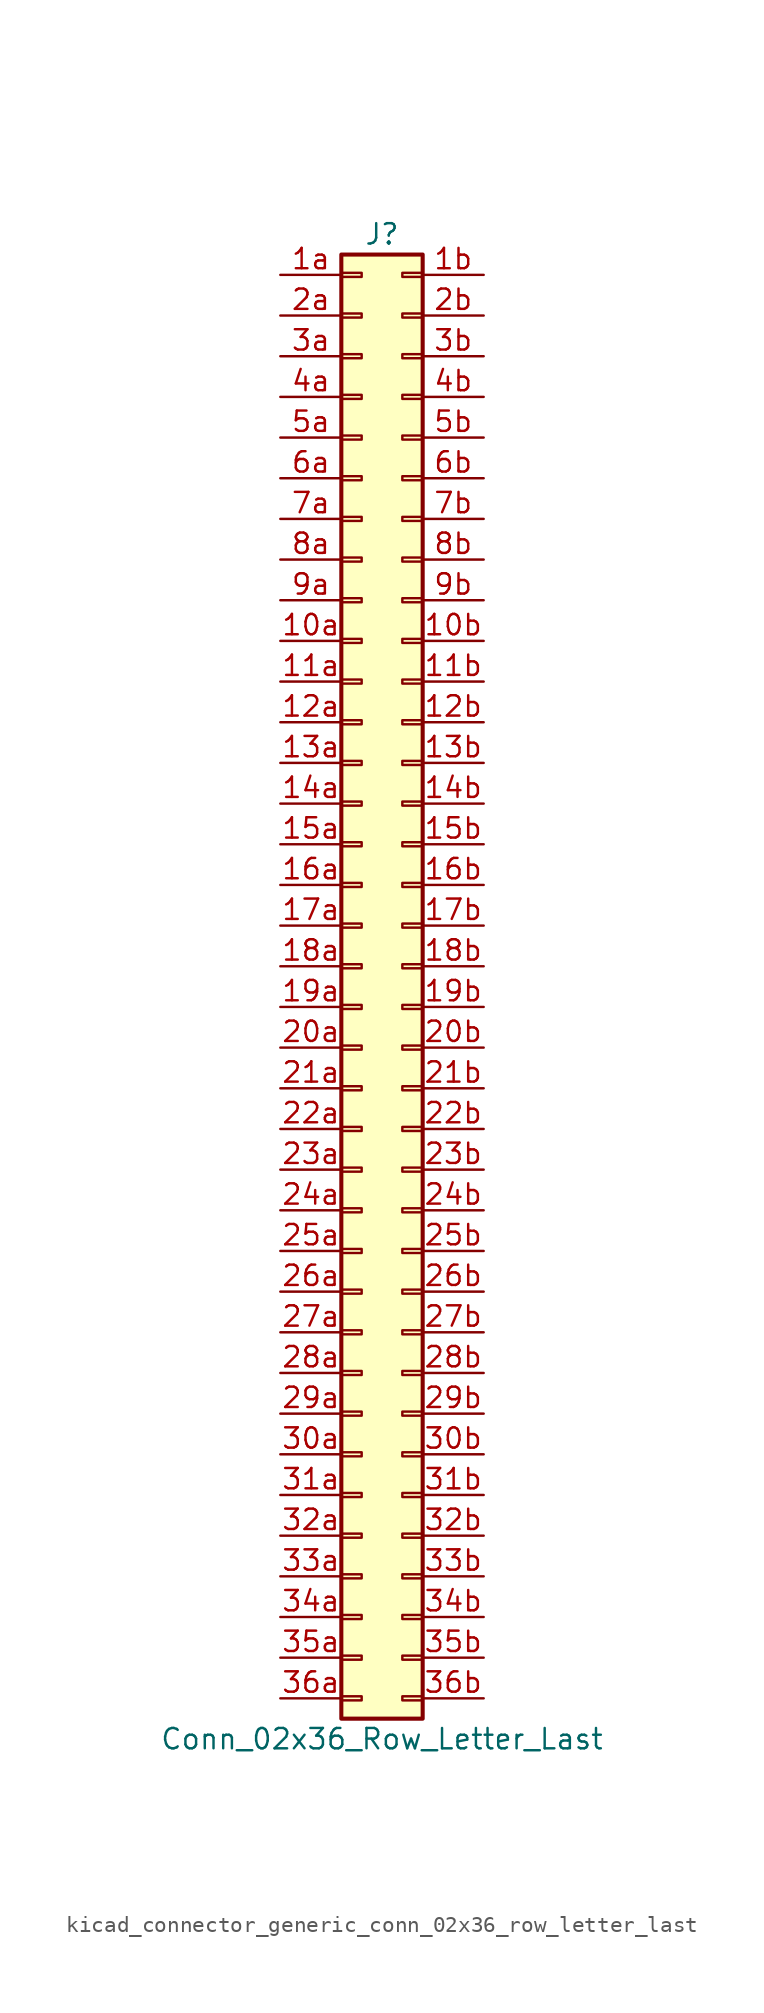
<source format=kicad_sym>
(kicad_symbol_lib
  (version 20220914)
  (generator kicad_symbol_editor)
  (symbol "kicad_connector_generic_conn_02x36_row_letter_last"
    (pin_names
      (offset 1.016) hide)
    (property "Reference" "J"
      (at 1.27 45.72 0)
      (effects (font (size 1.27 1.27))))
    (property "Value" "Conn_02x36_Row_Letter_Last"
      (at 1.27 -48.26 0)
      (effects (font (size 1.27 1.27))))
    (symbol "kicad_connector_generic_conn_02x36_row_letter_last_1_1"
      (rectangle (start -1.27 -45.593) (end 0 -45.847) (stroke (width 0.152) (type default)) (fill (type none)))
      (rectangle (start -1.27 -43.053) (end 0 -43.307) (stroke (width 0.152) (type default)) (fill (type none)))
      (rectangle (start -1.27 -40.513) (end 0 -40.767) (stroke (width 0.152) (type default)) (fill (type none)))
      (rectangle (start -1.27 -37.973) (end 0 -38.227) (stroke (width 0.152) (type default)) (fill (type none)))
      (rectangle (start -1.27 -35.433) (end 0 -35.687) (stroke (width 0.152) (type default)) (fill (type none)))
      (rectangle (start -1.27 -32.893) (end 0 -33.147) (stroke (width 0.152) (type default)) (fill (type none)))
      (rectangle (start -1.27 -30.353) (end 0 -30.607) (stroke (width 0.152) (type default)) (fill (type none)))
      (rectangle (start -1.27 -27.813) (end 0 -28.067) (stroke (width 0.152) (type default)) (fill (type none)))
      (rectangle (start -1.27 -25.273) (end 0 -25.527) (stroke (width 0.152) (type default)) (fill (type none)))
      (rectangle (start -1.27 -22.733) (end 0 -22.987) (stroke (width 0.152) (type default)) (fill (type none)))
      (rectangle (start -1.27 -20.193) (end 0 -20.447) (stroke (width 0.152) (type default)) (fill (type none)))
      (rectangle (start -1.27 -17.653) (end 0 -17.907) (stroke (width 0.152) (type default)) (fill (type none)))
      (rectangle (start -1.27 -15.113) (end 0 -15.367) (stroke (width 0.152) (type default)) (fill (type none)))
      (rectangle (start -1.27 -12.573) (end 0 -12.827) (stroke (width 0.152) (type default)) (fill (type none)))
      (rectangle (start -1.27 -10.033) (end 0 -10.287) (stroke (width 0.152) (type default)) (fill (type none)))
      (rectangle (start -1.27 -7.493) (end 0 -7.747) (stroke (width 0.152) (type default)) (fill (type none)))
      (rectangle (start -1.27 -4.953) (end 0 -5.207) (stroke (width 0.152) (type default)) (fill (type none)))
      (rectangle (start -1.27 -2.413) (end 0 -2.667) (stroke (width 0.152) (type default)) (fill (type none)))
      (rectangle (start -1.27 0.127) (end 0 -0.127) (stroke (width 0.152) (type default)) (fill (type none)))
      (rectangle (start -1.27 2.667) (end 0 2.413) (stroke (width 0.152) (type default)) (fill (type none)))
      (rectangle (start -1.27 5.207) (end 0 4.953) (stroke (width 0.152) (type default)) (fill (type none)))
      (rectangle (start -1.27 7.747) (end 0 7.493) (stroke (width 0.152) (type default)) (fill (type none)))
      (rectangle (start -1.27 10.287) (end 0 10.033) (stroke (width 0.152) (type default)) (fill (type none)))
      (rectangle (start -1.27 12.827) (end 0 12.573) (stroke (width 0.152) (type default)) (fill (type none)))
      (rectangle (start -1.27 15.367) (end 0 15.113) (stroke (width 0.152) (type default)) (fill (type none)))
      (rectangle (start -1.27 17.907) (end 0 17.653) (stroke (width 0.152) (type default)) (fill (type none)))
      (rectangle (start -1.27 20.447) (end 0 20.193) (stroke (width 0.152) (type default)) (fill (type none)))
      (rectangle (start -1.27 22.987) (end 0 22.733) (stroke (width 0.152) (type default)) (fill (type none)))
      (rectangle (start -1.27 25.527) (end 0 25.273) (stroke (width 0.152) (type default)) (fill (type none)))
      (rectangle (start -1.27 28.067) (end 0 27.813) (stroke (width 0.152) (type default)) (fill (type none)))
      (rectangle (start -1.27 30.607) (end 0 30.353) (stroke (width 0.152) (type default)) (fill (type none)))
      (rectangle (start -1.27 33.147) (end 0 32.893) (stroke (width 0.152) (type default)) (fill (type none)))
      (rectangle (start -1.27 35.687) (end 0 35.433) (stroke (width 0.152) (type default)) (fill (type none)))
      (rectangle (start -1.27 38.227) (end 0 37.973) (stroke (width 0.152) (type default)) (fill (type none)))
      (rectangle (start -1.27 40.767) (end 0 40.513) (stroke (width 0.152) (type default)) (fill (type none)))
      (rectangle (start -1.27 43.307) (end 0 43.053) (stroke (width 0.152) (type default)) (fill (type none)))
      (rectangle (start -1.27 44.45) (end 3.81 -46.99) (stroke (width 0.254) (type default)) (fill (type background)))
      (rectangle (start 3.81 -45.593) (end 2.54 -45.847) (stroke (width 0.152) (type default)) (fill (type none)))
      (rectangle (start 3.81 -43.053) (end 2.54 -43.307) (stroke (width 0.152) (type default)) (fill (type none)))
      (rectangle (start 3.81 -40.513) (end 2.54 -40.767) (stroke (width 0.152) (type default)) (fill (type none)))
      (rectangle (start 3.81 -37.973) (end 2.54 -38.227) (stroke (width 0.152) (type default)) (fill (type none)))
      (rectangle (start 3.81 -35.433) (end 2.54 -35.687) (stroke (width 0.152) (type default)) (fill (type none)))
      (rectangle (start 3.81 -32.893) (end 2.54 -33.147) (stroke (width 0.152) (type default)) (fill (type none)))
      (rectangle (start 3.81 -30.353) (end 2.54 -30.607) (stroke (width 0.152) (type default)) (fill (type none)))
      (rectangle (start 3.81 -27.813) (end 2.54 -28.067) (stroke (width 0.152) (type default)) (fill (type none)))
      (rectangle (start 3.81 -25.273) (end 2.54 -25.527) (stroke (width 0.152) (type default)) (fill (type none)))
      (rectangle (start 3.81 -22.733) (end 2.54 -22.987) (stroke (width 0.152) (type default)) (fill (type none)))
      (rectangle (start 3.81 -20.193) (end 2.54 -20.447) (stroke (width 0.152) (type default)) (fill (type none)))
      (rectangle (start 3.81 -17.653) (end 2.54 -17.907) (stroke (width 0.152) (type default)) (fill (type none)))
      (rectangle (start 3.81 -15.113) (end 2.54 -15.367) (stroke (width 0.152) (type default)) (fill (type none)))
      (rectangle (start 3.81 -12.573) (end 2.54 -12.827) (stroke (width 0.152) (type default)) (fill (type none)))
      (rectangle (start 3.81 -10.033) (end 2.54 -10.287) (stroke (width 0.152) (type default)) (fill (type none)))
      (rectangle (start 3.81 -7.493) (end 2.54 -7.747) (stroke (width 0.152) (type default)) (fill (type none)))
      (rectangle (start 3.81 -4.953) (end 2.54 -5.207) (stroke (width 0.152) (type default)) (fill (type none)))
      (rectangle (start 3.81 -2.413) (end 2.54 -2.667) (stroke (width 0.152) (type default)) (fill (type none)))
      (rectangle (start 3.81 0.127) (end 2.54 -0.127) (stroke (width 0.152) (type default)) (fill (type none)))
      (rectangle (start 3.81 2.667) (end 2.54 2.413) (stroke (width 0.152) (type default)) (fill (type none)))
      (rectangle (start 3.81 5.207) (end 2.54 4.953) (stroke (width 0.152) (type default)) (fill (type none)))
      (rectangle (start 3.81 7.747) (end 2.54 7.493) (stroke (width 0.152) (type default)) (fill (type none)))
      (rectangle (start 3.81 10.287) (end 2.54 10.033) (stroke (width 0.152) (type default)) (fill (type none)))
      (rectangle (start 3.81 12.827) (end 2.54 12.573) (stroke (width 0.152) (type default)) (fill (type none)))
      (rectangle (start 3.81 15.367) (end 2.54 15.113) (stroke (width 0.152) (type default)) (fill (type none)))
      (rectangle (start 3.81 17.907) (end 2.54 17.653) (stroke (width 0.152) (type default)) (fill (type none)))
      (rectangle (start 3.81 20.447) (end 2.54 20.193) (stroke (width 0.152) (type default)) (fill (type none)))
      (rectangle (start 3.81 22.987) (end 2.54 22.733) (stroke (width 0.152) (type default)) (fill (type none)))
      (rectangle (start 3.81 25.527) (end 2.54 25.273) (stroke (width 0.152) (type default)) (fill (type none)))
      (rectangle (start 3.81 28.067) (end 2.54 27.813) (stroke (width 0.152) (type default)) (fill (type none)))
      (rectangle (start 3.81 30.607) (end 2.54 30.353) (stroke (width 0.152) (type default)) (fill (type none)))
      (rectangle (start 3.81 33.147) (end 2.54 32.893) (stroke (width 0.152) (type default)) (fill (type none)))
      (rectangle (start 3.81 35.687) (end 2.54 35.433) (stroke (width 0.152) (type default)) (fill (type none)))
      (rectangle (start 3.81 38.227) (end 2.54 37.973) (stroke (width 0.152) (type default)) (fill (type none)))
      (rectangle (start 3.81 40.767) (end 2.54 40.513) (stroke (width 0.152) (type default)) (fill (type none)))
      (rectangle (start 3.81 43.307) (end 2.54 43.053) (stroke (width 0.152) (type default)) (fill (type none)))
      (pin passive line (at -5.08 20.32 0) (length 3.81) (name "Pin_10a" (effects (font (size 1.27 1.27)))) (number "10a" (effects (font (size 1.27 1.27)))))
      (pin passive line (at 7.62 20.32 180) (length 3.81) (name "Pin_10b" (effects (font (size 1.27 1.27)))) (number "10b" (effects (font (size 1.27 1.27)))))
      (pin passive line (at -5.08 17.78 0) (length 3.81) (name "Pin_11a" (effects (font (size 1.27 1.27)))) (number "11a" (effects (font (size 1.27 1.27)))))
      (pin passive line (at 7.62 17.78 180) (length 3.81) (name "Pin_11b" (effects (font (size 1.27 1.27)))) (number "11b" (effects (font (size 1.27 1.27)))))
      (pin passive line (at -5.08 15.24 0) (length 3.81) (name "Pin_12a" (effects (font (size 1.27 1.27)))) (number "12a" (effects (font (size 1.27 1.27)))))
      (pin passive line (at 7.62 15.24 180) (length 3.81) (name "Pin_12b" (effects (font (size 1.27 1.27)))) (number "12b" (effects (font (size 1.27 1.27)))))
      (pin passive line (at -5.08 12.7 0) (length 3.81) (name "Pin_13a" (effects (font (size 1.27 1.27)))) (number "13a" (effects (font (size 1.27 1.27)))))
      (pin passive line (at 7.62 12.7 180) (length 3.81) (name "Pin_13b" (effects (font (size 1.27 1.27)))) (number "13b" (effects (font (size 1.27 1.27)))))
      (pin passive line (at -5.08 10.16 0) (length 3.81) (name "Pin_14a" (effects (font (size 1.27 1.27)))) (number "14a" (effects (font (size 1.27 1.27)))))
      (pin passive line (at 7.62 10.16 180) (length 3.81) (name "Pin_14b" (effects (font (size 1.27 1.27)))) (number "14b" (effects (font (size 1.27 1.27)))))
      (pin passive line (at -5.08 7.62 0) (length 3.81) (name "Pin_15a" (effects (font (size 1.27 1.27)))) (number "15a" (effects (font (size 1.27 1.27)))))
      (pin passive line (at 7.62 7.62 180) (length 3.81) (name "Pin_15b" (effects (font (size 1.27 1.27)))) (number "15b" (effects (font (size 1.27 1.27)))))
      (pin passive line (at -5.08 5.08 0) (length 3.81) (name "Pin_16a" (effects (font (size 1.27 1.27)))) (number "16a" (effects (font (size 1.27 1.27)))))
      (pin passive line (at 7.62 5.08 180) (length 3.81) (name "Pin_16b" (effects (font (size 1.27 1.27)))) (number "16b" (effects (font (size 1.27 1.27)))))
      (pin passive line (at -5.08 2.54 0) (length 3.81) (name "Pin_17a" (effects (font (size 1.27 1.27)))) (number "17a" (effects (font (size 1.27 1.27)))))
      (pin passive line (at 7.62 2.54 180) (length 3.81) (name "Pin_17b" (effects (font (size 1.27 1.27)))) (number "17b" (effects (font (size 1.27 1.27)))))
      (pin passive line (at -5.08 0 0) (length 3.81) (name "Pin_18a" (effects (font (size 1.27 1.27)))) (number "18a" (effects (font (size 1.27 1.27)))))
      (pin passive line (at 7.62 0 180) (length 3.81) (name "Pin_18b" (effects (font (size 1.27 1.27)))) (number "18b" (effects (font (size 1.27 1.27)))))
      (pin passive line (at -5.08 -2.54 0) (length 3.81) (name "Pin_19a" (effects (font (size 1.27 1.27)))) (number "19a" (effects (font (size 1.27 1.27)))))
      (pin passive line (at 7.62 -2.54 180) (length 3.81) (name "Pin_19b" (effects (font (size 1.27 1.27)))) (number "19b" (effects (font (size 1.27 1.27)))))
      (pin passive line (at -5.08 43.18 0) (length 3.81) (name "Pin_1a" (effects (font (size 1.27 1.27)))) (number "1a" (effects (font (size 1.27 1.27)))))
      (pin passive line (at 7.62 43.18 180) (length 3.81) (name "Pin_1b" (effects (font (size 1.27 1.27)))) (number "1b" (effects (font (size 1.27 1.27)))))
      (pin passive line (at -5.08 -5.08 0) (length 3.81) (name "Pin_20a" (effects (font (size 1.27 1.27)))) (number "20a" (effects (font (size 1.27 1.27)))))
      (pin passive line (at 7.62 -5.08 180) (length 3.81) (name "Pin_20b" (effects (font (size 1.27 1.27)))) (number "20b" (effects (font (size 1.27 1.27)))))
      (pin passive line (at -5.08 -7.62 0) (length 3.81) (name "Pin_21a" (effects (font (size 1.27 1.27)))) (number "21a" (effects (font (size 1.27 1.27)))))
      (pin passive line (at 7.62 -7.62 180) (length 3.81) (name "Pin_21b" (effects (font (size 1.27 1.27)))) (number "21b" (effects (font (size 1.27 1.27)))))
      (pin passive line (at -5.08 -10.16 0) (length 3.81) (name "Pin_22a" (effects (font (size 1.27 1.27)))) (number "22a" (effects (font (size 1.27 1.27)))))
      (pin passive line (at 7.62 -10.16 180) (length 3.81) (name "Pin_22b" (effects (font (size 1.27 1.27)))) (number "22b" (effects (font (size 1.27 1.27)))))
      (pin passive line (at -5.08 -12.7 0) (length 3.81) (name "Pin_23a" (effects (font (size 1.27 1.27)))) (number "23a" (effects (font (size 1.27 1.27)))))
      (pin passive line (at 7.62 -12.7 180) (length 3.81) (name "Pin_23b" (effects (font (size 1.27 1.27)))) (number "23b" (effects (font (size 1.27 1.27)))))
      (pin passive line (at -5.08 -15.24 0) (length 3.81) (name "Pin_24a" (effects (font (size 1.27 1.27)))) (number "24a" (effects (font (size 1.27 1.27)))))
      (pin passive line (at 7.62 -15.24 180) (length 3.81) (name "Pin_24b" (effects (font (size 1.27 1.27)))) (number "24b" (effects (font (size 1.27 1.27)))))
      (pin passive line (at -5.08 -17.78 0) (length 3.81) (name "Pin_25a" (effects (font (size 1.27 1.27)))) (number "25a" (effects (font (size 1.27 1.27)))))
      (pin passive line (at 7.62 -17.78 180) (length 3.81) (name "Pin_25b" (effects (font (size 1.27 1.27)))) (number "25b" (effects (font (size 1.27 1.27)))))
      (pin passive line (at -5.08 -20.32 0) (length 3.81) (name "Pin_26a" (effects (font (size 1.27 1.27)))) (number "26a" (effects (font (size 1.27 1.27)))))
      (pin passive line (at 7.62 -20.32 180) (length 3.81) (name "Pin_26b" (effects (font (size 1.27 1.27)))) (number "26b" (effects (font (size 1.27 1.27)))))
      (pin passive line (at -5.08 -22.86 0) (length 3.81) (name "Pin_27a" (effects (font (size 1.27 1.27)))) (number "27a" (effects (font (size 1.27 1.27)))))
      (pin passive line (at 7.62 -22.86 180) (length 3.81) (name "Pin_27b" (effects (font (size 1.27 1.27)))) (number "27b" (effects (font (size 1.27 1.27)))))
      (pin passive line (at -5.08 -25.4 0) (length 3.81) (name "Pin_28a" (effects (font (size 1.27 1.27)))) (number "28a" (effects (font (size 1.27 1.27)))))
      (pin passive line (at 7.62 -25.4 180) (length 3.81) (name "Pin_28b" (effects (font (size 1.27 1.27)))) (number "28b" (effects (font (size 1.27 1.27)))))
      (pin passive line (at -5.08 -27.94 0) (length 3.81) (name "Pin_29a" (effects (font (size 1.27 1.27)))) (number "29a" (effects (font (size 1.27 1.27)))))
      (pin passive line (at 7.62 -27.94 180) (length 3.81) (name "Pin_29b" (effects (font (size 1.27 1.27)))) (number "29b" (effects (font (size 1.27 1.27)))))
      (pin passive line (at -5.08 40.64 0) (length 3.81) (name "Pin_2a" (effects (font (size 1.27 1.27)))) (number "2a" (effects (font (size 1.27 1.27)))))
      (pin passive line (at 7.62 40.64 180) (length 3.81) (name "Pin_2b" (effects (font (size 1.27 1.27)))) (number "2b" (effects (font (size 1.27 1.27)))))
      (pin passive line (at -5.08 -30.48 0) (length 3.81) (name "Pin_30a" (effects (font (size 1.27 1.27)))) (number "30a" (effects (font (size 1.27 1.27)))))
      (pin passive line (at 7.62 -30.48 180) (length 3.81) (name "Pin_30b" (effects (font (size 1.27 1.27)))) (number "30b" (effects (font (size 1.27 1.27)))))
      (pin passive line (at -5.08 -33.02 0) (length 3.81) (name "Pin_31a" (effects (font (size 1.27 1.27)))) (number "31a" (effects (font (size 1.27 1.27)))))
      (pin passive line (at 7.62 -33.02 180) (length 3.81) (name "Pin_31b" (effects (font (size 1.27 1.27)))) (number "31b" (effects (font (size 1.27 1.27)))))
      (pin passive line (at -5.08 -35.56 0) (length 3.81) (name "Pin_32a" (effects (font (size 1.27 1.27)))) (number "32a" (effects (font (size 1.27 1.27)))))
      (pin passive line (at 7.62 -35.56 180) (length 3.81) (name "Pin_32b" (effects (font (size 1.27 1.27)))) (number "32b" (effects (font (size 1.27 1.27)))))
      (pin passive line (at -5.08 -38.1 0) (length 3.81) (name "Pin_33a" (effects (font (size 1.27 1.27)))) (number "33a" (effects (font (size 1.27 1.27)))))
      (pin passive line (at 7.62 -38.1 180) (length 3.81) (name "Pin_33b" (effects (font (size 1.27 1.27)))) (number "33b" (effects (font (size 1.27 1.27)))))
      (pin passive line (at -5.08 -40.64 0) (length 3.81) (name "Pin_34a" (effects (font (size 1.27 1.27)))) (number "34a" (effects (font (size 1.27 1.27)))))
      (pin passive line (at 7.62 -40.64 180) (length 3.81) (name "Pin_34b" (effects (font (size 1.27 1.27)))) (number "34b" (effects (font (size 1.27 1.27)))))
      (pin passive line (at -5.08 -43.18 0) (length 3.81) (name "Pin_35a" (effects (font (size 1.27 1.27)))) (number "35a" (effects (font (size 1.27 1.27)))))
      (pin passive line (at 7.62 -43.18 180) (length 3.81) (name "Pin_35b" (effects (font (size 1.27 1.27)))) (number "35b" (effects (font (size 1.27 1.27)))))
      (pin passive line (at -5.08 -45.72 0) (length 3.81) (name "Pin_36a" (effects (font (size 1.27 1.27)))) (number "36a" (effects (font (size 1.27 1.27)))))
      (pin passive line (at 7.62 -45.72 180) (length 3.81) (name "Pin_36b" (effects (font (size 1.27 1.27)))) (number "36b" (effects (font (size 1.27 1.27)))))
      (pin passive line (at -5.08 38.1 0) (length 3.81) (name "Pin_3a" (effects (font (size 1.27 1.27)))) (number "3a" (effects (font (size 1.27 1.27)))))
      (pin passive line (at 7.62 38.1 180) (length 3.81) (name "Pin_3b" (effects (font (size 1.27 1.27)))) (number "3b" (effects (font (size 1.27 1.27)))))
      (pin passive line (at -5.08 35.56 0) (length 3.81) (name "Pin_4a" (effects (font (size 1.27 1.27)))) (number "4a" (effects (font (size 1.27 1.27)))))
      (pin passive line (at 7.62 35.56 180) (length 3.81) (name "Pin_4b" (effects (font (size 1.27 1.27)))) (number "4b" (effects (font (size 1.27 1.27)))))
      (pin passive line (at -5.08 33.02 0) (length 3.81) (name "Pin_5a" (effects (font (size 1.27 1.27)))) (number "5a" (effects (font (size 1.27 1.27)))))
      (pin passive line (at 7.62 33.02 180) (length 3.81) (name "Pin_5b" (effects (font (size 1.27 1.27)))) (number "5b" (effects (font (size 1.27 1.27)))))
      (pin passive line (at -5.08 30.48 0) (length 3.81) (name "Pin_6a" (effects (font (size 1.27 1.27)))) (number "6a" (effects (font (size 1.27 1.27)))))
      (pin passive line (at 7.62 30.48 180) (length 3.81) (name "Pin_6b" (effects (font (size 1.27 1.27)))) (number "6b" (effects (font (size 1.27 1.27)))))
      (pin passive line (at -5.08 27.94 0) (length 3.81) (name "Pin_7a" (effects (font (size 1.27 1.27)))) (number "7a" (effects (font (size 1.27 1.27)))))
      (pin passive line (at 7.62 27.94 180) (length 3.81) (name "Pin_7b" (effects (font (size 1.27 1.27)))) (number "7b" (effects (font (size 1.27 1.27)))))
      (pin passive line (at -5.08 25.4 0) (length 3.81) (name "Pin_8a" (effects (font (size 1.27 1.27)))) (number "8a" (effects (font (size 1.27 1.27)))))
      (pin passive line (at 7.62 25.4 180) (length 3.81) (name "Pin_8b" (effects (font (size 1.27 1.27)))) (number "8b" (effects (font (size 1.27 1.27)))))
      (pin passive line (at -5.08 22.86 0) (length 3.81) (name "Pin_9a" (effects (font (size 1.27 1.27)))) (number "9a" (effects (font (size 1.27 1.27)))))
      (pin passive line (at 7.62 22.86 180) (length 3.81) (name "Pin_9b" (effects (font (size 1.27 1.27)))) (number "9b" (effects (font (size 1.27 1.27))))))))
</source>
